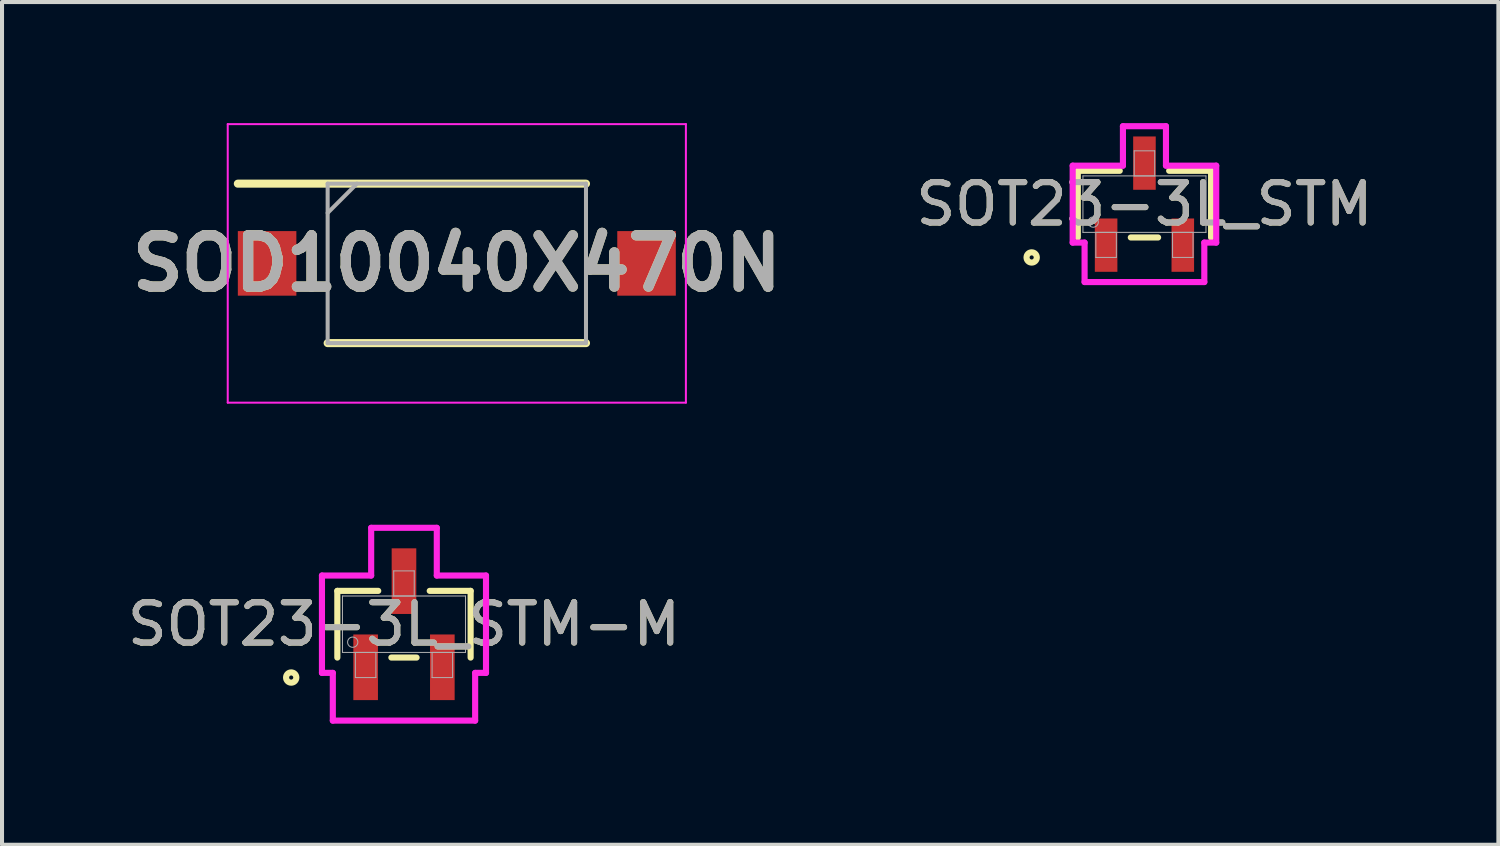
<source format=kicad_pcb>
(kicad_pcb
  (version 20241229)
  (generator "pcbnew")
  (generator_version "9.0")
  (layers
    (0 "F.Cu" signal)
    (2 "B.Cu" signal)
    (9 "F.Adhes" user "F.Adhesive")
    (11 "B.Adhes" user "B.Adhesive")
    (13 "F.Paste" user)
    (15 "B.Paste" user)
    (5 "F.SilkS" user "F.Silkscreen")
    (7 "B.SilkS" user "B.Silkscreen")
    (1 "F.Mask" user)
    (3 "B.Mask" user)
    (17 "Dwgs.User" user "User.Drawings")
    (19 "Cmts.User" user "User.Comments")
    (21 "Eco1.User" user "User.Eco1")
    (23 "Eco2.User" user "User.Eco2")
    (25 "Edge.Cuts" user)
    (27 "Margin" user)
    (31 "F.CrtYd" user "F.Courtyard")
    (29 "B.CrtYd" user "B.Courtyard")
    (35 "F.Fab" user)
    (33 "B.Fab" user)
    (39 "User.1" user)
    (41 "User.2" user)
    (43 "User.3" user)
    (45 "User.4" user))
  (footprint "SOT23-3L_STM"
    (layer "F.Cu")
    (at 25.302 2.007)
    (property "Reference" "SOT23-3L_STM" (at 0 0 0) (unlocked yes) (layer "F.SilkS") (effects (font (size 1 1) (thickness 0.15))))
    (attr smd)
    (fp_line (start -1.651 -0.826) (end -1.651 0.826) (stroke (width 0.152) (type solid)) (layer "F.SilkS"))
    (fp_line (start -0.612 -0.826) (end -1.651 -0.826) (stroke (width 0.152) (type solid)) (layer "F.SilkS"))
    (fp_line (start -0.338 0.826) (end 0.338 0.826) (stroke (width 0.152) (type solid)) (layer "F.SilkS"))
    (fp_line (start 1.651 -0.826) (end 0.612 -0.826) (stroke (width 0.152) (type solid)) (layer "F.SilkS"))
    (fp_line (start 1.651 0.826) (end 1.651 -0.826) (stroke (width 0.152) (type solid)) (layer "F.SilkS"))
    (fp_circle (center -2.794 1.321) (end -2.667 1.321) (stroke (width 0.152) (type solid)) (fill no) (layer "F.SilkS"))
    (fp_line (start -1.778 -0.953) (end -0.533 -0.953) (stroke (width 0.152) (type solid)) (layer "F.CrtYd"))
    (fp_line (start -1.778 0.953) (end -1.778 -0.953) (stroke (width 0.152) (type solid)) (layer "F.CrtYd"))
    (fp_line (start -1.778 0.953) (end -1.483 0.953) (stroke (width 0.152) (type solid)) (layer "F.CrtYd"))
    (fp_line (start -1.483 0.953) (end -1.483 1.93) (stroke (width 0.152) (type solid)) (layer "F.CrtYd"))
    (fp_line (start -1.483 1.93) (end 1.483 1.93) (stroke (width 0.152) (type solid)) (layer "F.CrtYd"))
    (fp_line (start -0.533 -1.93) (end 0.533 -1.93) (stroke (width 0.152) (type solid)) (layer "F.CrtYd"))
    (fp_line (start -0.533 -0.953) (end -0.533 -1.93) (stroke (width 0.152) (type solid)) (layer "F.CrtYd"))
    (fp_line (start 0.533 -0.953) (end 0.533 -1.93) (stroke (width 0.152) (type solid)) (layer "F.CrtYd"))
    (fp_line (start 1.483 0.953) (end 1.483 1.93) (stroke (width 0.152) (type solid)) (layer "F.CrtYd"))
    (fp_line (start 1.778 -0.953) (end 0.533 -0.953) (stroke (width 0.152) (type solid)) (layer "F.CrtYd"))
    (fp_line (start 1.778 -0.953) (end 1.778 0.953) (stroke (width 0.152) (type solid)) (layer "F.CrtYd"))
    (fp_line (start 1.778 0.953) (end 1.483 0.953) (stroke (width 0.152) (type solid)) (layer "F.CrtYd"))
    (fp_line (start -1.524 -0.699) (end -1.524 0.699) (stroke (width 0.025) (type solid)) (layer "F.Fab"))
    (fp_line (start -1.524 0.699) (end 1.524 0.699) (stroke (width 0.025) (type solid)) (layer "F.Fab"))
    (fp_line (start -1.204 0.699) (end -1.204 1.321) (stroke (width 0.025) (type solid)) (layer "F.Fab"))
    (fp_line (start -1.204 1.321) (end -0.696 1.321) (stroke (width 0.025) (type solid)) (layer "F.Fab"))
    (fp_line (start -0.696 0.699) (end -1.204 0.699) (stroke (width 0.025) (type solid)) (layer "F.Fab"))
    (fp_line (start -0.696 1.321) (end -0.696 0.699) (stroke (width 0.025) (type solid)) (layer "F.Fab"))
    (fp_line (start -0.254 -1.321) (end -0.254 -0.699) (stroke (width 0.025) (type solid)) (layer "F.Fab"))
    (fp_line (start -0.254 -0.699) (end 0.254 -0.699) (stroke (width 0.025) (type solid)) (layer "F.Fab"))
    (fp_line (start 0.254 -1.321) (end -0.254 -1.321) (stroke (width 0.025) (type solid)) (layer "F.Fab"))
    (fp_line (start 0.254 -0.699) (end 0.254 -1.321) (stroke (width 0.025) (type solid)) (layer "F.Fab"))
    (fp_line (start 0.696 0.699) (end 0.696 1.321) (stroke (width 0.025) (type solid)) (layer "F.Fab"))
    (fp_line (start 0.696 1.321) (end 1.204 1.321) (stroke (width 0.025) (type solid)) (layer "F.Fab"))
    (fp_line (start 1.204 0.699) (end 0.696 0.699) (stroke (width 0.025) (type solid)) (layer "F.Fab"))
    (fp_line (start 1.204 1.321) (end 1.204 0.699) (stroke (width 0.025) (type solid)) (layer "F.Fab"))
    (fp_line (start 1.524 -0.699) (end -1.524 -0.699) (stroke (width 0.025) (type solid)) (layer "F.Fab"))
    (fp_line (start 1.524 0.699) (end 1.524 -0.699) (stroke (width 0.025) (type solid)) (layer "F.Fab"))
    (fp_circle (center -1.27 0.445) (end -1.143 0.445) (stroke (width 0.025) (type solid)) (fill no) (layer "F.Fab"))
    (fp_text user "${REFERENCE}" (at 0 0 0) (unlocked yes) (layer "F.Fab") (effects (font (size 1 1) (thickness 0.15))))
    (pad "1" smd rect (at -0.95 1.016) (size 0.559 1.321) (layers "F.Cu" "F.Mask" "F.Paste"))
    (pad "2" smd rect (at 0.95 1.016) (size 0.559 1.321) (layers "F.Cu" "F.Mask" "F.Paste"))
    (pad "3" smd rect (at 0 -1.016) (size 0.559 1.321) (layers "F.Cu" "F.Mask" "F.Paste")))
  (footprint "SOT23-3L_STM-M"
    (layer "F.Cu")
    (at 6.958 12.414)
    (property "Reference" "SOT23-3L_STM-M" (at 0 0 0) (unlocked yes) (layer "F.SilkS") (effects (font (size 1 1) (thickness 0.15))))
    (attr smd)
    (fp_line (start -1.651 -0.826) (end -1.651 0.826) (stroke (width 0.152) (type solid)) (layer "F.SilkS"))
    (fp_line (start -0.638 -0.826) (end -1.651 -0.826) (stroke (width 0.152) (type solid)) (layer "F.SilkS"))
    (fp_line (start -0.312 0.826) (end 0.312 0.826) (stroke (width 0.152) (type solid)) (layer "F.SilkS"))
    (fp_line (start 1.651 -0.826) (end 0.638 -0.826) (stroke (width 0.152) (type solid)) (layer "F.SilkS"))
    (fp_line (start 1.651 0.826) (end 1.651 -0.826) (stroke (width 0.152) (type solid)) (layer "F.SilkS"))
    (fp_circle (center -2.794 1.321) (end -2.667 1.321) (stroke (width 0.152) (type solid)) (fill no) (layer "F.SilkS"))
    (fp_line (start -2.032 -1.206) (end -0.813 -1.206) (stroke (width 0.152) (type solid)) (layer "F.CrtYd"))
    (fp_line (start -2.032 1.206) (end -2.032 -1.206) (stroke (width 0.152) (type solid)) (layer "F.CrtYd"))
    (fp_line (start -2.032 1.206) (end -1.763 1.206) (stroke (width 0.152) (type solid)) (layer "F.CrtYd"))
    (fp_line (start -1.763 1.206) (end -1.763 2.388) (stroke (width 0.152) (type solid)) (layer "F.CrtYd"))
    (fp_line (start -1.763 2.388) (end 1.763 2.388) (stroke (width 0.152) (type solid)) (layer "F.CrtYd"))
    (fp_line (start -0.813 -2.388) (end 0.813 -2.388) (stroke (width 0.152) (type solid)) (layer "F.CrtYd"))
    (fp_line (start -0.813 -1.206) (end -0.813 -2.388) (stroke (width 0.152) (type solid)) (layer "F.CrtYd"))
    (fp_line (start 0.813 -1.206) (end 0.813 -2.388) (stroke (width 0.152) (type solid)) (layer "F.CrtYd"))
    (fp_line (start 1.763 1.206) (end 1.763 2.388) (stroke (width 0.152) (type solid)) (layer "F.CrtYd"))
    (fp_line (start 2.032 -1.206) (end 0.813 -1.206) (stroke (width 0.152) (type solid)) (layer "F.CrtYd"))
    (fp_line (start 2.032 -1.206) (end 2.032 1.206) (stroke (width 0.152) (type solid)) (layer "F.CrtYd"))
    (fp_line (start 2.032 1.206) (end 1.763 1.206) (stroke (width 0.152) (type solid)) (layer "F.CrtYd"))
    (fp_line (start -1.524 -0.699) (end -1.524 0.699) (stroke (width 0.025) (type solid)) (layer "F.Fab"))
    (fp_line (start -1.524 0.699) (end 1.524 0.699) (stroke (width 0.025) (type solid)) (layer "F.Fab"))
    (fp_line (start -1.204 0.699) (end -1.204 1.321) (stroke (width 0.025) (type solid)) (layer "F.Fab"))
    (fp_line (start -1.204 1.321) (end -0.696 1.321) (stroke (width 0.025) (type solid)) (layer "F.Fab"))
    (fp_line (start -0.696 0.699) (end -1.204 0.699) (stroke (width 0.025) (type solid)) (layer "F.Fab"))
    (fp_line (start -0.696 1.321) (end -0.696 0.699) (stroke (width 0.025) (type solid)) (layer "F.Fab"))
    (fp_line (start -0.254 -1.321) (end -0.254 -0.699) (stroke (width 0.025) (type solid)) (layer "F.Fab"))
    (fp_line (start -0.254 -0.699) (end 0.254 -0.699) (stroke (width 0.025) (type solid)) (layer "F.Fab"))
    (fp_line (start 0.254 -1.321) (end -0.254 -1.321) (stroke (width 0.025) (type solid)) (layer "F.Fab"))
    (fp_line (start 0.254 -0.699) (end 0.254 -1.321) (stroke (width 0.025) (type solid)) (layer "F.Fab"))
    (fp_line (start 0.696 0.699) (end 0.696 1.321) (stroke (width 0.025) (type solid)) (layer "F.Fab"))
    (fp_line (start 0.696 1.321) (end 1.204 1.321) (stroke (width 0.025) (type solid)) (layer "F.Fab"))
    (fp_line (start 1.204 0.699) (end 0.696 0.699) (stroke (width 0.025) (type solid)) (layer "F.Fab"))
    (fp_line (start 1.204 1.321) (end 1.204 0.699) (stroke (width 0.025) (type solid)) (layer "F.Fab"))
    (fp_line (start 1.524 -0.699) (end -1.524 -0.699) (stroke (width 0.025) (type solid)) (layer "F.Fab"))
    (fp_line (start 1.524 0.699) (end 1.524 -0.699) (stroke (width 0.025) (type solid)) (layer "F.Fab"))
    (fp_circle (center -1.27 0.445) (end -1.143 0.445) (stroke (width 0.025) (type solid)) (fill no) (layer "F.Fab"))
    (fp_text user "${REFERENCE}" (at 0 0 0) (unlocked yes) (layer "F.Fab") (effects (font (size 1 1) (thickness 0.15))))
    (pad "1" smd rect (at -0.95 1.067) (size 0.61 1.626) (layers "F.Cu" "F.Mask" "F.Paste"))
    (pad "2" smd rect (at 0.95 1.067) (size 0.61 1.626) (layers "F.Cu" "F.Mask" "F.Paste"))
    (pad "3" smd rect (at 0 -1.067) (size 0.61 1.626) (layers "F.Cu" "F.Mask" "F.Paste")))
  (footprint "SOD10040X470N"
    (layer "F.Cu")
    (at 8.267 3.475)
    (property "Reference" "SOD10040X470N" (at 0 0 0) (layer "F.SilkS") (effects (font (size 1.27 1.27) (thickness 0.254))))
    (attr smd)
    (fp_line (start -5.425 -1.975) (end 3.2 -1.975) (stroke (width 0.2) (type solid)) (layer "F.SilkS"))
    (fp_line (start -3.2 1.975) (end 3.2 1.975) (stroke (width 0.2) (type solid)) (layer "F.SilkS"))
    (fp_line (start -5.675 -3.45) (end 5.675 -3.45) (stroke (width 0.05) (type solid)) (layer "F.CrtYd"))
    (fp_line (start -5.675 3.45) (end -5.675 -3.45) (stroke (width 0.05) (type solid)) (layer "F.CrtYd"))
    (fp_line (start 5.675 -3.45) (end 5.675 3.45) (stroke (width 0.05) (type solid)) (layer "F.CrtYd"))
    (fp_line (start 5.675 3.45) (end -5.675 3.45) (stroke (width 0.05) (type solid)) (layer "F.CrtYd"))
    (fp_line (start -3.2 -1.975) (end 3.2 -1.975) (stroke (width 0.1) (type solid)) (layer "F.Fab"))
    (fp_line (start -3.2 -1.25) (end -2.475 -1.975) (stroke (width 0.1) (type solid)) (layer "F.Fab"))
    (fp_line (start -3.2 1.975) (end -3.2 -1.975) (stroke (width 0.1) (type solid)) (layer "F.Fab"))
    (fp_line (start 3.2 -1.975) (end 3.2 1.975) (stroke (width 0.1) (type solid)) (layer "F.Fab"))
    (fp_line (start 3.2 1.975) (end -3.2 1.975) (stroke (width 0.1) (type solid)) (layer "F.Fab"))
    (fp_text user "${REFERENCE}" (at 0 0 0) (layer "F.Fab") (effects (font (size 1.27 1.27) (thickness 0.254))))
    (pad "1" smd rect (at -4.7 0 90) (size 1.6 1.45) (layers "F.Cu" "F.Mask" "F.Paste"))
    (pad "2" smd rect (at 4.7 0 90) (size 1.6 1.45) (layers "F.Cu" "F.Mask" "F.Paste")))
  (gr_rect
    (start -3 -3)
    (end 34.07 17.878)
    (stroke (width 0.1) (type default))
    (fill no)
    (layer "Edge.Cuts")))
</source>
